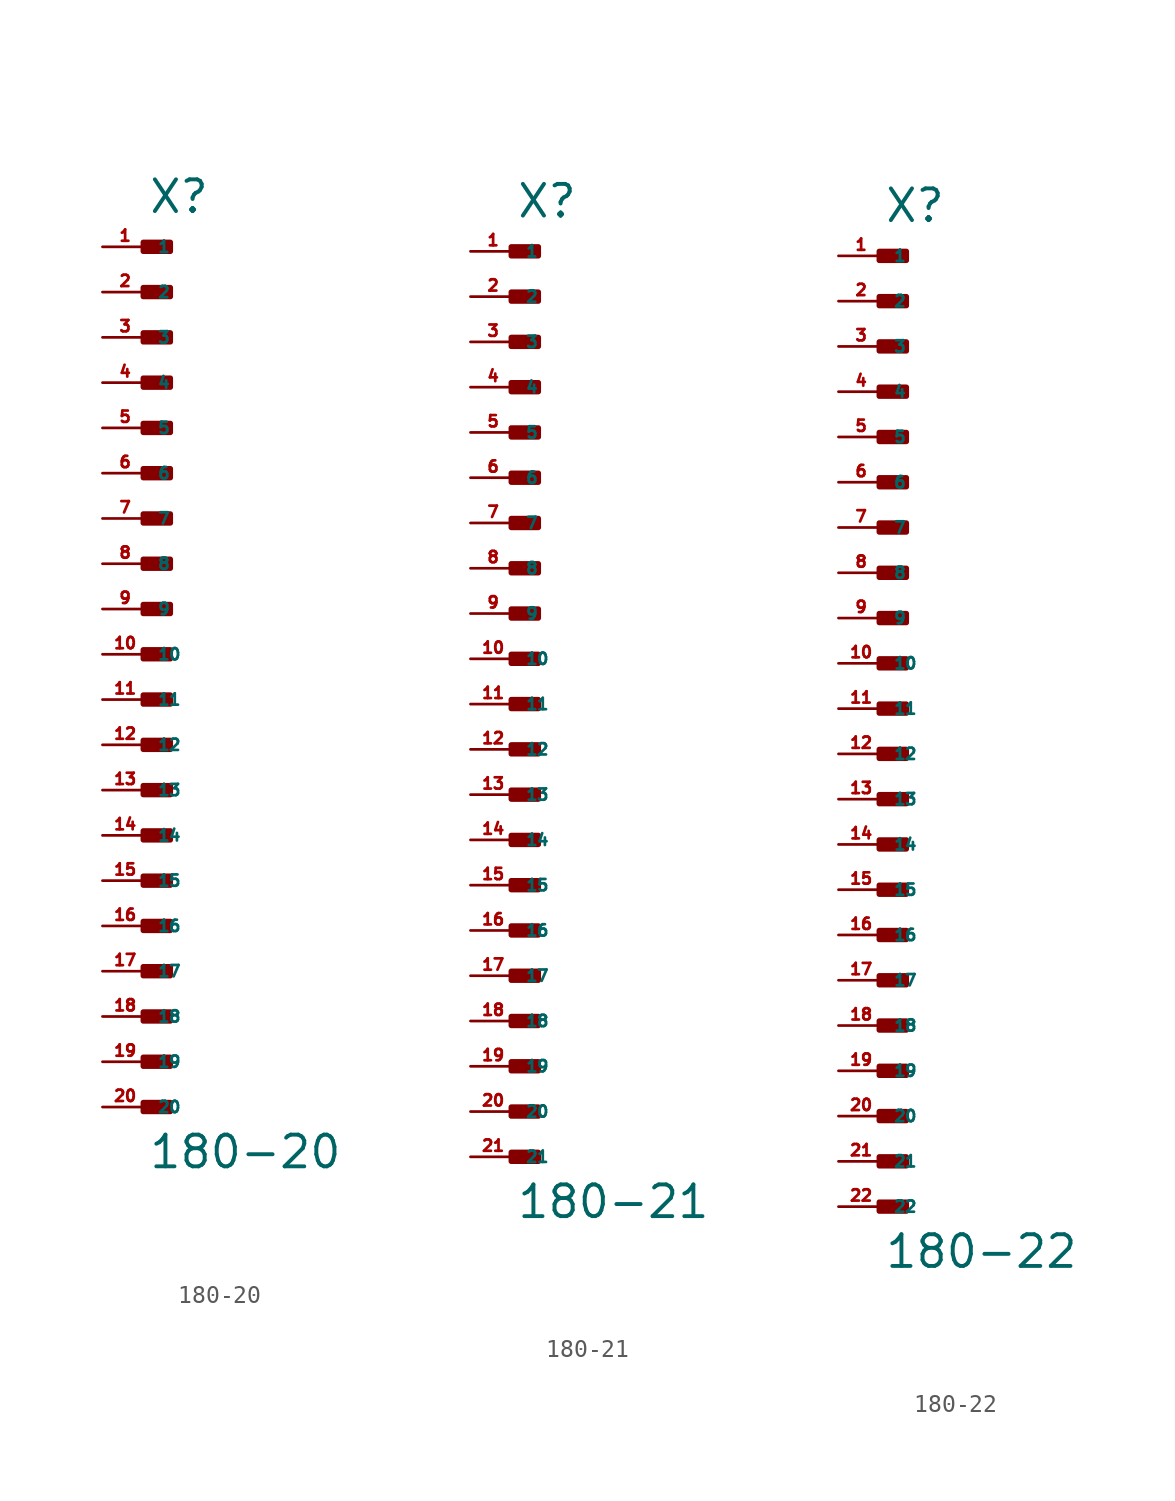
<source format=kicad_sym>
(kicad_symbol_lib
  (version 20220914)
  (generator Eagle2Kicad)
  (symbol "180-20"
    (property "Reference" "X"
      (at 0 24.638 0)
      (effects (font (size 1.778 1.778) (thickness 0.22)) (justify left bottom)))
    (property "Value" "180-20"
      (at 0 -28.956 0)
      (effects (font (size 1.778 1.778) (thickness 0.22)) (justify left bottom)))
    (rectangle
      (start -0.254 22.606)
      (end 1.27 23.114)
      (stroke (width 0.3) (type default))
      (fill (type outline)))
    (rectangle
      (start -0.254 20.066)
      (end 1.27 20.574)
      (stroke (width 0.3) (type default))
      (fill (type outline)))
    (rectangle
      (start -0.254 17.526)
      (end 1.27 18.034)
      (stroke (width 0.3) (type default))
      (fill (type outline)))
    (rectangle
      (start -0.254 14.986)
      (end 1.27 15.494)
      (stroke (width 0.3) (type default))
      (fill (type outline)))
    (rectangle
      (start -0.254 12.446)
      (end 1.27 12.954)
      (stroke (width 0.3) (type default))
      (fill (type outline)))
    (rectangle
      (start -0.254 9.906)
      (end 1.27 10.414)
      (stroke (width 0.3) (type default))
      (fill (type outline)))
    (rectangle
      (start -0.254 7.366)
      (end 1.27 7.874)
      (stroke (width 0.3) (type default))
      (fill (type outline)))
    (rectangle
      (start -0.254 4.826)
      (end 1.27 5.334)
      (stroke (width 0.3) (type default))
      (fill (type outline)))
    (rectangle
      (start -0.254 2.286)
      (end 1.27 2.794)
      (stroke (width 0.3) (type default))
      (fill (type outline)))
    (rectangle
      (start -0.254 -0.254)
      (end 1.27 0.254)
      (stroke (width 0.3) (type default))
      (fill (type outline)))
    (rectangle
      (start -0.254 -2.794)
      (end 1.27 -2.286)
      (stroke (width 0.3) (type default))
      (fill (type outline)))
    (rectangle
      (start -0.254 -5.334)
      (end 1.27 -4.826)
      (stroke (width 0.3) (type default))
      (fill (type outline)))
    (rectangle
      (start -0.254 -7.874)
      (end 1.27 -7.366)
      (stroke (width 0.3) (type default))
      (fill (type outline)))
    (rectangle
      (start -0.254 -10.414)
      (end 1.27 -9.906)
      (stroke (width 0.3) (type default))
      (fill (type outline)))
    (rectangle
      (start -0.254 -12.954)
      (end 1.27 -12.446)
      (stroke (width 0.3) (type default))
      (fill (type outline)))
    (rectangle
      (start -0.254 -15.494)
      (end 1.27 -14.986)
      (stroke (width 0.3) (type default))
      (fill (type outline)))
    (rectangle
      (start -0.254 -18.034)
      (end 1.27 -17.526)
      (stroke (width 0.3) (type default))
      (fill (type outline)))
    (rectangle
      (start -0.254 -20.574)
      (end 1.27 -20.066)
      (stroke (width 0.3) (type default))
      (fill (type outline)))
    (rectangle
      (start -0.254 -23.114)
      (end 1.27 -22.606)
      (stroke (width 0.3) (type default))
      (fill (type outline)))
    (rectangle
      (start -0.254 -25.654)
      (end 1.27 -25.146)
      (stroke (width 0.3) (type default))
      (fill (type outline)))
    (pin passive line
      (at -2.54 22.86 0)
      (length 2.54)
      (name "1" (effects (font (size 0.635 0.635) (thickness 0.08)) (justify left bottom)))
      (number "1" (effects (font (size 0.635 0.635) (thickness 0.08)) (justify left bottom))))
    (pin passive line
      (at -2.54 20.32 0)
      (length 2.54)
      (name "2" (effects (font (size 0.635 0.635) (thickness 0.08)) (justify left bottom)))
      (number "2" (effects (font (size 0.635 0.635) (thickness 0.08)) (justify left bottom))))
    (pin passive line
      (at -2.54 17.78 0)
      (length 2.54)
      (name "3" (effects (font (size 0.635 0.635) (thickness 0.08)) (justify left bottom)))
      (number "3" (effects (font (size 0.635 0.635) (thickness 0.08)) (justify left bottom))))
    (pin passive line
      (at -2.54 15.24 0)
      (length 2.54)
      (name "4" (effects (font (size 0.635 0.635) (thickness 0.08)) (justify left bottom)))
      (number "4" (effects (font (size 0.635 0.635) (thickness 0.08)) (justify left bottom))))
    (pin passive line
      (at -2.54 12.7 0)
      (length 2.54)
      (name "5" (effects (font (size 0.635 0.635) (thickness 0.08)) (justify left bottom)))
      (number "5" (effects (font (size 0.635 0.635) (thickness 0.08)) (justify left bottom))))
    (pin passive line
      (at -2.54 10.16 0)
      (length 2.54)
      (name "6" (effects (font (size 0.635 0.635) (thickness 0.08)) (justify left bottom)))
      (number "6" (effects (font (size 0.635 0.635) (thickness 0.08)) (justify left bottom))))
    (pin passive line
      (at -2.54 7.62 0)
      (length 2.54)
      (name "7" (effects (font (size 0.635 0.635) (thickness 0.08)) (justify left bottom)))
      (number "7" (effects (font (size 0.635 0.635) (thickness 0.08)) (justify left bottom))))
    (pin passive line
      (at -2.54 5.08 0)
      (length 2.54)
      (name "8" (effects (font (size 0.635 0.635) (thickness 0.08)) (justify left bottom)))
      (number "8" (effects (font (size 0.635 0.635) (thickness 0.08)) (justify left bottom))))
    (pin passive line
      (at -2.54 2.54 0)
      (length 2.54)
      (name "9" (effects (font (size 0.635 0.635) (thickness 0.08)) (justify left bottom)))
      (number "9" (effects (font (size 0.635 0.635) (thickness 0.08)) (justify left bottom))))
    (pin passive line
      (at -2.54 0 0)
      (length 2.54)
      (name "10" (effects (font (size 0.635 0.635) (thickness 0.08)) (justify left bottom)))
      (number "10" (effects (font (size 0.635 0.635) (thickness 0.08)) (justify left bottom))))
    (pin passive line
      (at -2.54 -2.54 0)
      (length 2.54)
      (name "11" (effects (font (size 0.635 0.635) (thickness 0.08)) (justify left bottom)))
      (number "11" (effects (font (size 0.635 0.635) (thickness 0.08)) (justify left bottom))))
    (pin passive line
      (at -2.54 -5.08 0)
      (length 2.54)
      (name "12" (effects (font (size 0.635 0.635) (thickness 0.08)) (justify left bottom)))
      (number "12" (effects (font (size 0.635 0.635) (thickness 0.08)) (justify left bottom))))
    (pin passive line
      (at -2.54 -7.62 0)
      (length 2.54)
      (name "13" (effects (font (size 0.635 0.635) (thickness 0.08)) (justify left bottom)))
      (number "13" (effects (font (size 0.635 0.635) (thickness 0.08)) (justify left bottom))))
    (pin passive line
      (at -2.54 -10.16 0)
      (length 2.54)
      (name "14" (effects (font (size 0.635 0.635) (thickness 0.08)) (justify left bottom)))
      (number "14" (effects (font (size 0.635 0.635) (thickness 0.08)) (justify left bottom))))
    (pin passive line
      (at -2.54 -12.7 0)
      (length 2.54)
      (name "15" (effects (font (size 0.635 0.635) (thickness 0.08)) (justify left bottom)))
      (number "15" (effects (font (size 0.635 0.635) (thickness 0.08)) (justify left bottom))))
    (pin passive line
      (at -2.54 -15.24 0)
      (length 2.54)
      (name "16" (effects (font (size 0.635 0.635) (thickness 0.08)) (justify left bottom)))
      (number "16" (effects (font (size 0.635 0.635) (thickness 0.08)) (justify left bottom))))
    (pin passive line
      (at -2.54 -17.78 0)
      (length 2.54)
      (name "17" (effects (font (size 0.635 0.635) (thickness 0.08)) (justify left bottom)))
      (number "17" (effects (font (size 0.635 0.635) (thickness 0.08)) (justify left bottom))))
    (pin passive line
      (at -2.54 -20.32 0)
      (length 2.54)
      (name "18" (effects (font (size 0.635 0.635) (thickness 0.08)) (justify left bottom)))
      (number "18" (effects (font (size 0.635 0.635) (thickness 0.08)) (justify left bottom))))
    (pin passive line
      (at -2.54 -22.86 0)
      (length 2.54)
      (name "19" (effects (font (size 0.635 0.635) (thickness 0.08)) (justify left bottom)))
      (number "19" (effects (font (size 0.635 0.635) (thickness 0.08)) (justify left bottom))))
    (pin passive line
      (at -2.54 -25.4 0)
      (length 2.54)
      (name "20" (effects (font (size 0.635 0.635) (thickness 0.08)) (justify left bottom)))
      (number "20" (effects (font (size 0.635 0.635) (thickness 0.08)) (justify left bottom)))))
  (symbol "180-21"
    (property "Reference" "X"
      (at 0 27.178 0)
      (effects (font (size 1.778 1.778) (thickness 0.22)) (justify left bottom)))
    (property "Value" "180-21"
      (at 0 -28.956 0)
      (effects (font (size 1.778 1.778) (thickness 0.22)) (justify left bottom)))
    (rectangle
      (start -0.254 25.146)
      (end 1.27 25.654)
      (stroke (width 0.3) (type default))
      (fill (type outline)))
    (rectangle
      (start -0.254 22.606)
      (end 1.27 23.114)
      (stroke (width 0.3) (type default))
      (fill (type outline)))
    (rectangle
      (start -0.254 20.066)
      (end 1.27 20.574)
      (stroke (width 0.3) (type default))
      (fill (type outline)))
    (rectangle
      (start -0.254 17.526)
      (end 1.27 18.034)
      (stroke (width 0.3) (type default))
      (fill (type outline)))
    (rectangle
      (start -0.254 14.986)
      (end 1.27 15.494)
      (stroke (width 0.3) (type default))
      (fill (type outline)))
    (rectangle
      (start -0.254 12.446)
      (end 1.27 12.954)
      (stroke (width 0.3) (type default))
      (fill (type outline)))
    (rectangle
      (start -0.254 9.906)
      (end 1.27 10.414)
      (stroke (width 0.3) (type default))
      (fill (type outline)))
    (rectangle
      (start -0.254 7.366)
      (end 1.27 7.874)
      (stroke (width 0.3) (type default))
      (fill (type outline)))
    (rectangle
      (start -0.254 4.826)
      (end 1.27 5.334)
      (stroke (width 0.3) (type default))
      (fill (type outline)))
    (rectangle
      (start -0.254 2.286)
      (end 1.27 2.794)
      (stroke (width 0.3) (type default))
      (fill (type outline)))
    (rectangle
      (start -0.254 -0.254)
      (end 1.27 0.254)
      (stroke (width 0.3) (type default))
      (fill (type outline)))
    (rectangle
      (start -0.254 -2.794)
      (end 1.27 -2.286)
      (stroke (width 0.3) (type default))
      (fill (type outline)))
    (rectangle
      (start -0.254 -5.334)
      (end 1.27 -4.826)
      (stroke (width 0.3) (type default))
      (fill (type outline)))
    (rectangle
      (start -0.254 -7.874)
      (end 1.27 -7.366)
      (stroke (width 0.3) (type default))
      (fill (type outline)))
    (rectangle
      (start -0.254 -10.414)
      (end 1.27 -9.906)
      (stroke (width 0.3) (type default))
      (fill (type outline)))
    (rectangle
      (start -0.254 -12.954)
      (end 1.27 -12.446)
      (stroke (width 0.3) (type default))
      (fill (type outline)))
    (rectangle
      (start -0.254 -15.494)
      (end 1.27 -14.986)
      (stroke (width 0.3) (type default))
      (fill (type outline)))
    (rectangle
      (start -0.254 -18.034)
      (end 1.27 -17.526)
      (stroke (width 0.3) (type default))
      (fill (type outline)))
    (rectangle
      (start -0.254 -20.574)
      (end 1.27 -20.066)
      (stroke (width 0.3) (type default))
      (fill (type outline)))
    (rectangle
      (start -0.254 -23.114)
      (end 1.27 -22.606)
      (stroke (width 0.3) (type default))
      (fill (type outline)))
    (rectangle
      (start -0.254 -25.654)
      (end 1.27 -25.146)
      (stroke (width 0.3) (type default))
      (fill (type outline)))
    (pin passive line
      (at -2.54 25.4 0)
      (length 2.54)
      (name "1" (effects (font (size 0.635 0.635) (thickness 0.08)) (justify left bottom)))
      (number "1" (effects (font (size 0.635 0.635) (thickness 0.08)) (justify left bottom))))
    (pin passive line
      (at -2.54 22.86 0)
      (length 2.54)
      (name "2" (effects (font (size 0.635 0.635) (thickness 0.08)) (justify left bottom)))
      (number "2" (effects (font (size 0.635 0.635) (thickness 0.08)) (justify left bottom))))
    (pin passive line
      (at -2.54 20.32 0)
      (length 2.54)
      (name "3" (effects (font (size 0.635 0.635) (thickness 0.08)) (justify left bottom)))
      (number "3" (effects (font (size 0.635 0.635) (thickness 0.08)) (justify left bottom))))
    (pin passive line
      (at -2.54 17.78 0)
      (length 2.54)
      (name "4" (effects (font (size 0.635 0.635) (thickness 0.08)) (justify left bottom)))
      (number "4" (effects (font (size 0.635 0.635) (thickness 0.08)) (justify left bottom))))
    (pin passive line
      (at -2.54 15.24 0)
      (length 2.54)
      (name "5" (effects (font (size 0.635 0.635) (thickness 0.08)) (justify left bottom)))
      (number "5" (effects (font (size 0.635 0.635) (thickness 0.08)) (justify left bottom))))
    (pin passive line
      (at -2.54 12.7 0)
      (length 2.54)
      (name "6" (effects (font (size 0.635 0.635) (thickness 0.08)) (justify left bottom)))
      (number "6" (effects (font (size 0.635 0.635) (thickness 0.08)) (justify left bottom))))
    (pin passive line
      (at -2.54 10.16 0)
      (length 2.54)
      (name "7" (effects (font (size 0.635 0.635) (thickness 0.08)) (justify left bottom)))
      (number "7" (effects (font (size 0.635 0.635) (thickness 0.08)) (justify left bottom))))
    (pin passive line
      (at -2.54 7.62 0)
      (length 2.54)
      (name "8" (effects (font (size 0.635 0.635) (thickness 0.08)) (justify left bottom)))
      (number "8" (effects (font (size 0.635 0.635) (thickness 0.08)) (justify left bottom))))
    (pin passive line
      (at -2.54 5.08 0)
      (length 2.54)
      (name "9" (effects (font (size 0.635 0.635) (thickness 0.08)) (justify left bottom)))
      (number "9" (effects (font (size 0.635 0.635) (thickness 0.08)) (justify left bottom))))
    (pin passive line
      (at -2.54 2.54 0)
      (length 2.54)
      (name "10" (effects (font (size 0.635 0.635) (thickness 0.08)) (justify left bottom)))
      (number "10" (effects (font (size 0.635 0.635) (thickness 0.08)) (justify left bottom))))
    (pin passive line
      (at -2.54 0 0)
      (length 2.54)
      (name "11" (effects (font (size 0.635 0.635) (thickness 0.08)) (justify left bottom)))
      (number "11" (effects (font (size 0.635 0.635) (thickness 0.08)) (justify left bottom))))
    (pin passive line
      (at -2.54 -2.54 0)
      (length 2.54)
      (name "12" (effects (font (size 0.635 0.635) (thickness 0.08)) (justify left bottom)))
      (number "12" (effects (font (size 0.635 0.635) (thickness 0.08)) (justify left bottom))))
    (pin passive line
      (at -2.54 -5.08 0)
      (length 2.54)
      (name "13" (effects (font (size 0.635 0.635) (thickness 0.08)) (justify left bottom)))
      (number "13" (effects (font (size 0.635 0.635) (thickness 0.08)) (justify left bottom))))
    (pin passive line
      (at -2.54 -7.62 0)
      (length 2.54)
      (name "14" (effects (font (size 0.635 0.635) (thickness 0.08)) (justify left bottom)))
      (number "14" (effects (font (size 0.635 0.635) (thickness 0.08)) (justify left bottom))))
    (pin passive line
      (at -2.54 -10.16 0)
      (length 2.54)
      (name "15" (effects (font (size 0.635 0.635) (thickness 0.08)) (justify left bottom)))
      (number "15" (effects (font (size 0.635 0.635) (thickness 0.08)) (justify left bottom))))
    (pin passive line
      (at -2.54 -12.7 0)
      (length 2.54)
      (name "16" (effects (font (size 0.635 0.635) (thickness 0.08)) (justify left bottom)))
      (number "16" (effects (font (size 0.635 0.635) (thickness 0.08)) (justify left bottom))))
    (pin passive line
      (at -2.54 -15.24 0)
      (length 2.54)
      (name "17" (effects (font (size 0.635 0.635) (thickness 0.08)) (justify left bottom)))
      (number "17" (effects (font (size 0.635 0.635) (thickness 0.08)) (justify left bottom))))
    (pin passive line
      (at -2.54 -17.78 0)
      (length 2.54)
      (name "18" (effects (font (size 0.635 0.635) (thickness 0.08)) (justify left bottom)))
      (number "18" (effects (font (size 0.635 0.635) (thickness 0.08)) (justify left bottom))))
    (pin passive line
      (at -2.54 -20.32 0)
      (length 2.54)
      (name "19" (effects (font (size 0.635 0.635) (thickness 0.08)) (justify left bottom)))
      (number "19" (effects (font (size 0.635 0.635) (thickness 0.08)) (justify left bottom))))
    (pin passive line
      (at -2.54 -22.86 0)
      (length 2.54)
      (name "20" (effects (font (size 0.635 0.635) (thickness 0.08)) (justify left bottom)))
      (number "20" (effects (font (size 0.635 0.635) (thickness 0.08)) (justify left bottom))))
    (pin passive line
      (at -2.54 -25.4 0)
      (length 2.54)
      (name "21" (effects (font (size 0.635 0.635) (thickness 0.08)) (justify left bottom)))
      (number "21" (effects (font (size 0.635 0.635) (thickness 0.08)) (justify left bottom)))))
  (symbol "180-22"
    (property "Reference" "X"
      (at 0 27.178 0)
      (effects (font (size 1.778 1.778) (thickness 0.22)) (justify left bottom)))
    (property "Value" "180-22"
      (at 0 -31.496 0)
      (effects (font (size 1.778 1.778) (thickness 0.22)) (justify left bottom)))
    (rectangle
      (start -0.254 25.146)
      (end 1.27 25.654)
      (stroke (width 0.3) (type default))
      (fill (type outline)))
    (rectangle
      (start -0.254 22.606)
      (end 1.27 23.114)
      (stroke (width 0.3) (type default))
      (fill (type outline)))
    (rectangle
      (start -0.254 20.066)
      (end 1.27 20.574)
      (stroke (width 0.3) (type default))
      (fill (type outline)))
    (rectangle
      (start -0.254 17.526)
      (end 1.27 18.034)
      (stroke (width 0.3) (type default))
      (fill (type outline)))
    (rectangle
      (start -0.254 14.986)
      (end 1.27 15.494)
      (stroke (width 0.3) (type default))
      (fill (type outline)))
    (rectangle
      (start -0.254 12.446)
      (end 1.27 12.954)
      (stroke (width 0.3) (type default))
      (fill (type outline)))
    (rectangle
      (start -0.254 9.906)
      (end 1.27 10.414)
      (stroke (width 0.3) (type default))
      (fill (type outline)))
    (rectangle
      (start -0.254 7.366)
      (end 1.27 7.874)
      (stroke (width 0.3) (type default))
      (fill (type outline)))
    (rectangle
      (start -0.254 4.826)
      (end 1.27 5.334)
      (stroke (width 0.3) (type default))
      (fill (type outline)))
    (rectangle
      (start -0.254 2.286)
      (end 1.27 2.794)
      (stroke (width 0.3) (type default))
      (fill (type outline)))
    (rectangle
      (start -0.254 -0.254)
      (end 1.27 0.254)
      (stroke (width 0.3) (type default))
      (fill (type outline)))
    (rectangle
      (start -0.254 -2.794)
      (end 1.27 -2.286)
      (stroke (width 0.3) (type default))
      (fill (type outline)))
    (rectangle
      (start -0.254 -5.334)
      (end 1.27 -4.826)
      (stroke (width 0.3) (type default))
      (fill (type outline)))
    (rectangle
      (start -0.254 -7.874)
      (end 1.27 -7.366)
      (stroke (width 0.3) (type default))
      (fill (type outline)))
    (rectangle
      (start -0.254 -10.414)
      (end 1.27 -9.906)
      (stroke (width 0.3) (type default))
      (fill (type outline)))
    (rectangle
      (start -0.254 -12.954)
      (end 1.27 -12.446)
      (stroke (width 0.3) (type default))
      (fill (type outline)))
    (rectangle
      (start -0.254 -15.494)
      (end 1.27 -14.986)
      (stroke (width 0.3) (type default))
      (fill (type outline)))
    (rectangle
      (start -0.254 -18.034)
      (end 1.27 -17.526)
      (stroke (width 0.3) (type default))
      (fill (type outline)))
    (rectangle
      (start -0.254 -20.574)
      (end 1.27 -20.066)
      (stroke (width 0.3) (type default))
      (fill (type outline)))
    (rectangle
      (start -0.254 -23.114)
      (end 1.27 -22.606)
      (stroke (width 0.3) (type default))
      (fill (type outline)))
    (rectangle
      (start -0.254 -25.654)
      (end 1.27 -25.146)
      (stroke (width 0.3) (type default))
      (fill (type outline)))
    (rectangle
      (start -0.254 -28.194)
      (end 1.27 -27.686)
      (stroke (width 0.3) (type default))
      (fill (type outline)))
    (pin passive line
      (at -2.54 25.4 0)
      (length 2.54)
      (name "1" (effects (font (size 0.635 0.635) (thickness 0.08)) (justify left bottom)))
      (number "1" (effects (font (size 0.635 0.635) (thickness 0.08)) (justify left bottom))))
    (pin passive line
      (at -2.54 22.86 0)
      (length 2.54)
      (name "2" (effects (font (size 0.635 0.635) (thickness 0.08)) (justify left bottom)))
      (number "2" (effects (font (size 0.635 0.635) (thickness 0.08)) (justify left bottom))))
    (pin passive line
      (at -2.54 20.32 0)
      (length 2.54)
      (name "3" (effects (font (size 0.635 0.635) (thickness 0.08)) (justify left bottom)))
      (number "3" (effects (font (size 0.635 0.635) (thickness 0.08)) (justify left bottom))))
    (pin passive line
      (at -2.54 17.78 0)
      (length 2.54)
      (name "4" (effects (font (size 0.635 0.635) (thickness 0.08)) (justify left bottom)))
      (number "4" (effects (font (size 0.635 0.635) (thickness 0.08)) (justify left bottom))))
    (pin passive line
      (at -2.54 15.24 0)
      (length 2.54)
      (name "5" (effects (font (size 0.635 0.635) (thickness 0.08)) (justify left bottom)))
      (number "5" (effects (font (size 0.635 0.635) (thickness 0.08)) (justify left bottom))))
    (pin passive line
      (at -2.54 12.7 0)
      (length 2.54)
      (name "6" (effects (font (size 0.635 0.635) (thickness 0.08)) (justify left bottom)))
      (number "6" (effects (font (size 0.635 0.635) (thickness 0.08)) (justify left bottom))))
    (pin passive line
      (at -2.54 10.16 0)
      (length 2.54)
      (name "7" (effects (font (size 0.635 0.635) (thickness 0.08)) (justify left bottom)))
      (number "7" (effects (font (size 0.635 0.635) (thickness 0.08)) (justify left bottom))))
    (pin passive line
      (at -2.54 7.62 0)
      (length 2.54)
      (name "8" (effects (font (size 0.635 0.635) (thickness 0.08)) (justify left bottom)))
      (number "8" (effects (font (size 0.635 0.635) (thickness 0.08)) (justify left bottom))))
    (pin passive line
      (at -2.54 5.08 0)
      (length 2.54)
      (name "9" (effects (font (size 0.635 0.635) (thickness 0.08)) (justify left bottom)))
      (number "9" (effects (font (size 0.635 0.635) (thickness 0.08)) (justify left bottom))))
    (pin passive line
      (at -2.54 2.54 0)
      (length 2.54)
      (name "10" (effects (font (size 0.635 0.635) (thickness 0.08)) (justify left bottom)))
      (number "10" (effects (font (size 0.635 0.635) (thickness 0.08)) (justify left bottom))))
    (pin passive line
      (at -2.54 0 0)
      (length 2.54)
      (name "11" (effects (font (size 0.635 0.635) (thickness 0.08)) (justify left bottom)))
      (number "11" (effects (font (size 0.635 0.635) (thickness 0.08)) (justify left bottom))))
    (pin passive line
      (at -2.54 -2.54 0)
      (length 2.54)
      (name "12" (effects (font (size 0.635 0.635) (thickness 0.08)) (justify left bottom)))
      (number "12" (effects (font (size 0.635 0.635) (thickness 0.08)) (justify left bottom))))
    (pin passive line
      (at -2.54 -5.08 0)
      (length 2.54)
      (name "13" (effects (font (size 0.635 0.635) (thickness 0.08)) (justify left bottom)))
      (number "13" (effects (font (size 0.635 0.635) (thickness 0.08)) (justify left bottom))))
    (pin passive line
      (at -2.54 -7.62 0)
      (length 2.54)
      (name "14" (effects (font (size 0.635 0.635) (thickness 0.08)) (justify left bottom)))
      (number "14" (effects (font (size 0.635 0.635) (thickness 0.08)) (justify left bottom))))
    (pin passive line
      (at -2.54 -10.16 0)
      (length 2.54)
      (name "15" (effects (font (size 0.635 0.635) (thickness 0.08)) (justify left bottom)))
      (number "15" (effects (font (size 0.635 0.635) (thickness 0.08)) (justify left bottom))))
    (pin passive line
      (at -2.54 -12.7 0)
      (length 2.54)
      (name "16" (effects (font (size 0.635 0.635) (thickness 0.08)) (justify left bottom)))
      (number "16" (effects (font (size 0.635 0.635) (thickness 0.08)) (justify left bottom))))
    (pin passive line
      (at -2.54 -15.24 0)
      (length 2.54)
      (name "17" (effects (font (size 0.635 0.635) (thickness 0.08)) (justify left bottom)))
      (number "17" (effects (font (size 0.635 0.635) (thickness 0.08)) (justify left bottom))))
    (pin passive line
      (at -2.54 -17.78 0)
      (length 2.54)
      (name "18" (effects (font (size 0.635 0.635) (thickness 0.08)) (justify left bottom)))
      (number "18" (effects (font (size 0.635 0.635) (thickness 0.08)) (justify left bottom))))
    (pin passive line
      (at -2.54 -20.32 0)
      (length 2.54)
      (name "19" (effects (font (size 0.635 0.635) (thickness 0.08)) (justify left bottom)))
      (number "19" (effects (font (size 0.635 0.635) (thickness 0.08)) (justify left bottom))))
    (pin passive line
      (at -2.54 -22.86 0)
      (length 2.54)
      (name "20" (effects (font (size 0.635 0.635) (thickness 0.08)) (justify left bottom)))
      (number "20" (effects (font (size 0.635 0.635) (thickness 0.08)) (justify left bottom))))
    (pin passive line
      (at -2.54 -25.4 0)
      (length 2.54)
      (name "21" (effects (font (size 0.635 0.635) (thickness 0.08)) (justify left bottom)))
      (number "21" (effects (font (size 0.635 0.635) (thickness 0.08)) (justify left bottom))))
    (pin passive line
      (at -2.54 -27.94 0)
      (length 2.54)
      (name "22" (effects (font (size 0.635 0.635) (thickness 0.08)) (justify left bottom)))
      (number "22" (effects (font (size 0.635 0.635) (thickness 0.08)) (justify left bottom))))))
</source>
